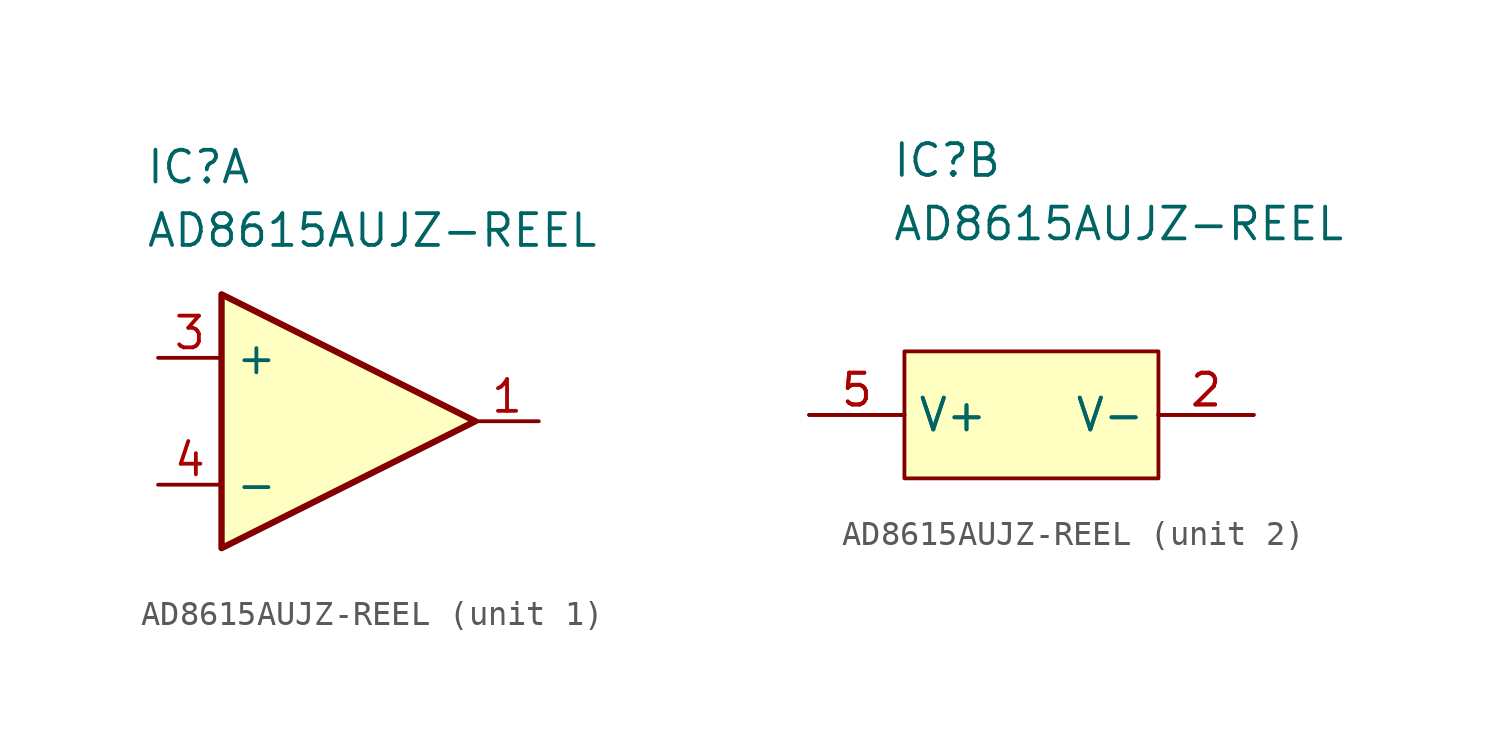
<source format=kicad_sym>
(kicad_symbol_lib
  (version 20241209)
  (generator "kicad_symbol_editor")
  (generator_version "9.0")
  (symbol "AD8615AUJZ-REEL"
    (property "Reference" "IC"
      (at -5.588 10.922 0)
      (effects (font (size 1.27 1.27)) (justify left top)))
    (property "Value" "AD8615AUJZ-REEL"
      (at -5.588 8.382 0)
      (effects (font (size 1.27 1.27)) (justify left top)))
    (symbol "AD8615AUJZ-REEL_1_1"
      (polyline (pts (xy -2.54 5.08) (xy 7.62 0) (xy -2.54 -5.08) (xy -2.54 5.08)) (stroke (width 0.254) (type default)) (fill (type background)))
      (pin input line (at -5.08 2.54 0) (length 2.54) (name "+" (effects (font (size 1.27 1.27)))) (number "3" (effects (font (size 1.27 1.27)))))
      (pin input line (at -5.08 -2.54 0) (length 2.54) (name "-" (effects (font (size 1.27 1.27)))) (number "4" (effects (font (size 1.27 1.27)))))
      (pin output line (at 10.16 0 180) (length 2.54) (name "~" (effects (font (size 1.27 1.27)))) (number "1" (effects (font (size 1.27 1.27))))))
    (symbol "AD8615AUJZ-REEL_2_1"
      (rectangle (start -5.08 2.54) (end 5.08 -2.54) (stroke (width 0) (type default)) (fill (type background)))
      (pin power_in line (at -8.89 0 0) (length 3.81) (name "V+" (effects (font (size 1.27 1.27)))) (number "5" (effects (font (size 1.27 1.27)))))
      (pin power_in line (at -8.89 0 0) (length 3.81) (name "V+" (effects (font (size 1.27 1.27)))) (number "5" (effects (font (size 1.27 1.27)))))
      (pin power_in line (at 8.89 0 180) (length 3.81) (name "V-" (effects (font (size 1.27 1.27)))) (number "2" (effects (font (size 1.27 1.27)))))
      (pin power_in line (at 8.89 0 180) (length 3.81) (name "V-" (effects (font (size 1.27 1.27)))) (number "2" (effects (font (size 1.27 1.27))))))))
</source>
